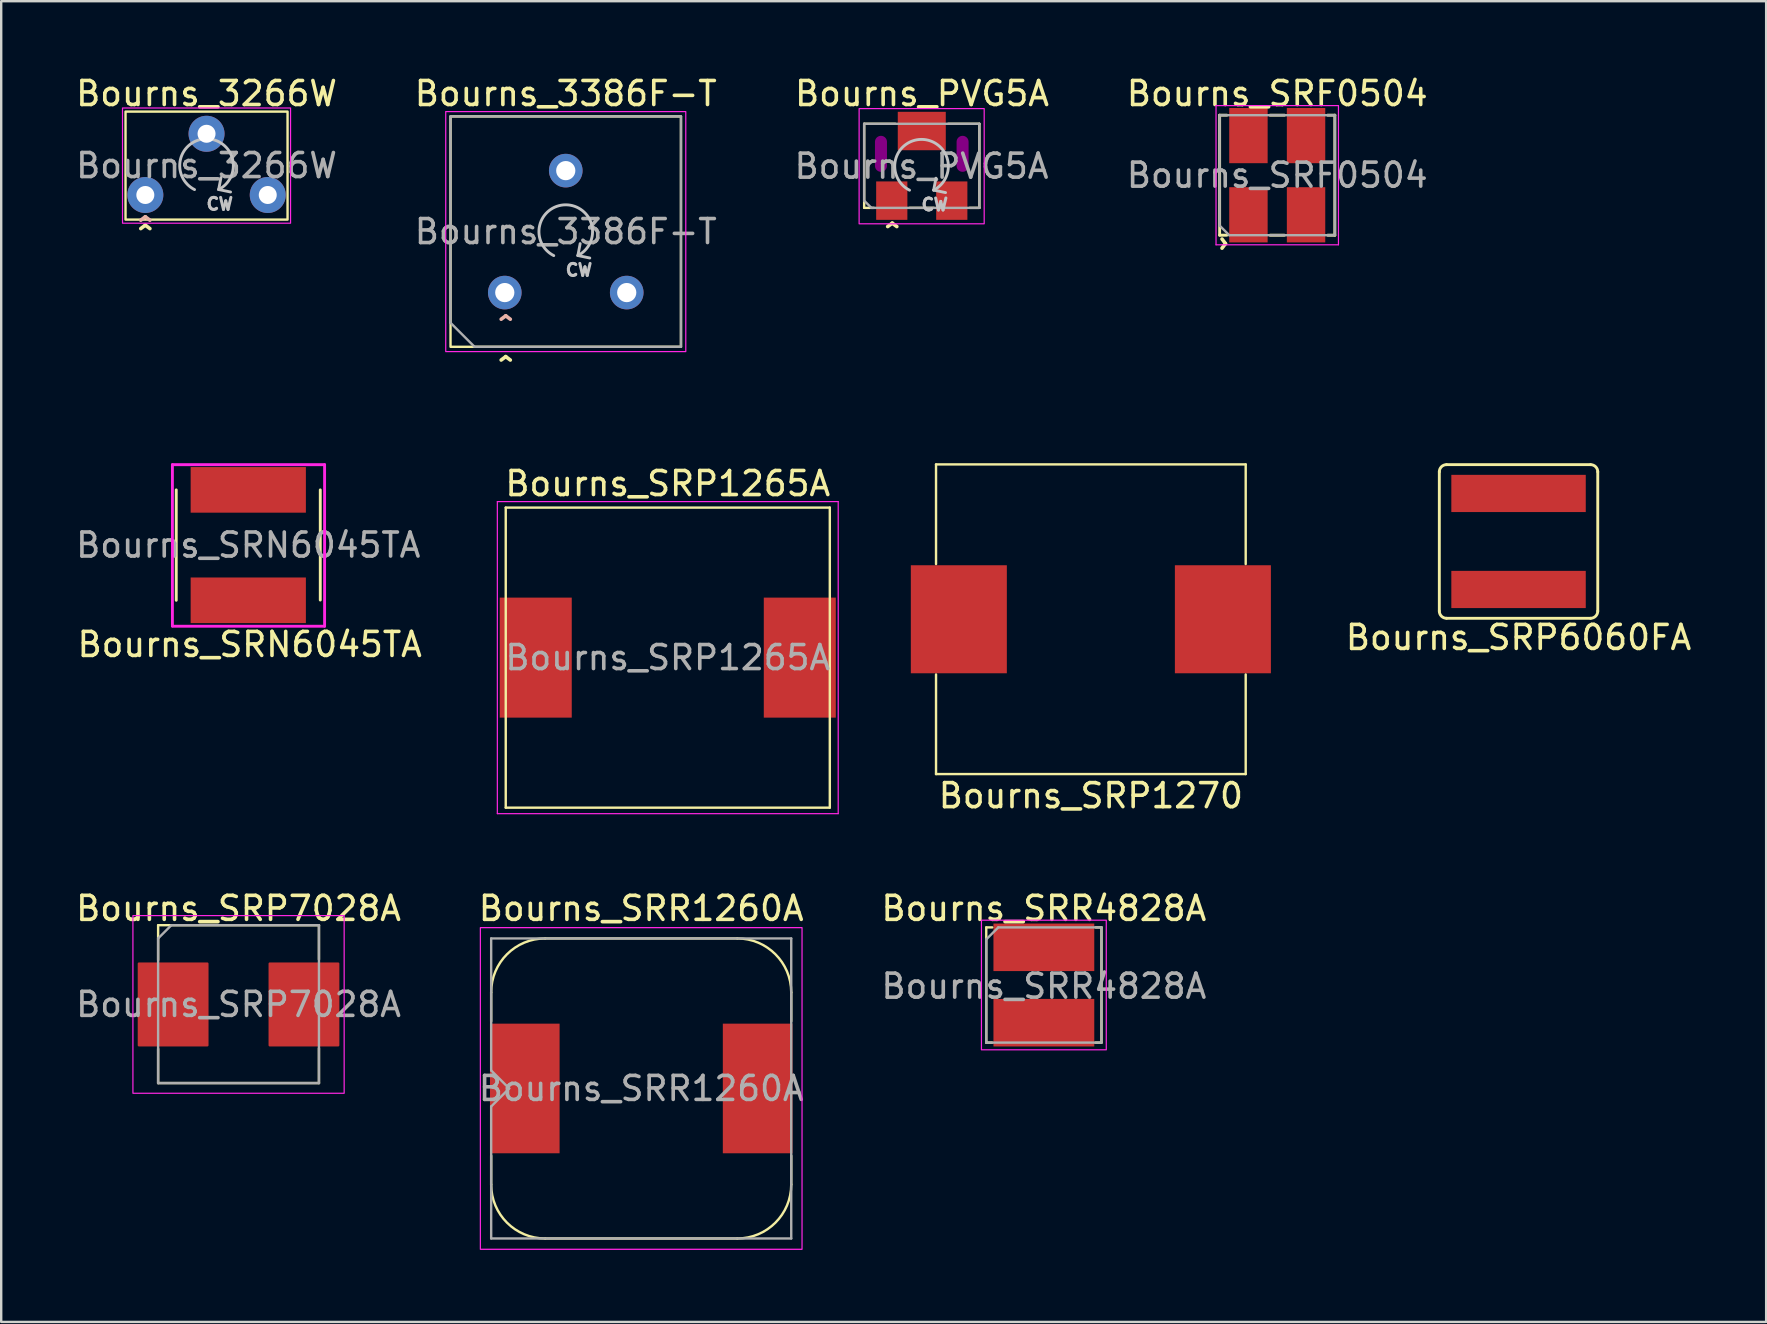
<source format=kicad_pcb>
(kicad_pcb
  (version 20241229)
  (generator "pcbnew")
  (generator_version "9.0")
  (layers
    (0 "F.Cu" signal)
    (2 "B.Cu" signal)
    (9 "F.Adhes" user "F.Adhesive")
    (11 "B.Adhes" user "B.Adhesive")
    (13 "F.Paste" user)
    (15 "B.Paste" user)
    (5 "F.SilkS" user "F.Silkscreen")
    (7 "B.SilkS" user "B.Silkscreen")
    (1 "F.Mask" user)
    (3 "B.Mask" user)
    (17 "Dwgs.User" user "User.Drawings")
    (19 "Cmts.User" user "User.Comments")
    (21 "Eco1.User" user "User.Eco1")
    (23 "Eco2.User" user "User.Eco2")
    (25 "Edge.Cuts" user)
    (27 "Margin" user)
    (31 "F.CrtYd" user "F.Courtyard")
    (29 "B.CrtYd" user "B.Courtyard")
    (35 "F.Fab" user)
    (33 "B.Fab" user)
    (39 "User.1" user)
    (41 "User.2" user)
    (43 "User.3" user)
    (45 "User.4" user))
  (footprint "Bourns_3266W"
    (layer "F.Cu")
    (at 5.554 3.848)
    (property "Reference" "Bourns_3266W" (at 0 -3 0) (unlocked yes) (layer "F.SilkS") (effects (font (size 1 1) (thickness 0.15))))
    (fp_rect (start -3.375 -2.25) (end 3.375 2.25) (stroke (width 0.1) (type solid)) (fill no) (layer "F.SilkS"))
    (fp_line (start 0.506 0.997) (end 0.6 0.5) (stroke (width 0.12) (type solid)) (layer "Dwgs.User"))
    (fp_line (start 0.506 0.997) (end 1 1.1) (stroke (width 0.12) (type solid)) (layer "Dwgs.User"))
    (fp_arc (start -0.5 0.999999) (mid -0.00312 -1.116015) (end 0.505591 0.997186) (stroke (width 0.12) (type solid)) (layer "Dwgs.User"))
    (fp_rect (start -3.5 -2.4) (end 3.5 2.4) (stroke (width 0.05) (type solid)) (fill no) (layer "F.CrtYd"))
    (fp_text user "^" (at -2.55 3.075 0) (unlocked yes) (layer "F.SilkS") (effects (font (size 1 1) (thickness 0.15))))
    (fp_text user "^" (at -2.55 2.725 0) (unlocked yes) (layer "B.SilkS") (effects (font (size 1 1) (thickness 0.15)) (justify mirror)))
    (fp_text user "CW" (at 0.55 1.6 0) (unlocked yes) (layer "Dwgs.User") (effects (font (size 0.5 0.5) (thickness 0.125))))
    (fp_text user "${REFERENCE}" (at 0 0 0) (unlocked yes) (layer "F.Fab") (effects (font (size 1 1) (thickness 0.15))))
    (pad "1" thru_hole circle (at -2.55 1.225) (size 1.5 1.5) (drill 0.75) (layers "*.Cu" "*.Mask"))
    (pad "2" thru_hole circle (at 0 -1.325) (size 1.5 1.5) (drill 0.75) (layers "*.Cu" "*.Mask"))
    (pad "3" thru_hole circle (at 2.55 1.225) (size 1.5 1.5) (drill 0.75) (layers "*.Cu" "*.Mask")))
  (footprint "Bourns_SRR1260A"
    (layer "F.Cu")
    (at 23.661 42.293)
    (property "Reference" "Bourns_SRR1260A" (at 0 -7.5 0) (unlocked yes) (layer "F.SilkS") (effects (font (size 1 1) (thickness 0.15))))
    (fp_line (start -6.25 -4) (end -6.25 -2.8) (stroke (width 0.1) (type solid)) (layer "F.SilkS"))
    (fp_line (start -6.25 4) (end -6.25 2.8) (stroke (width 0.1) (type solid)) (layer "F.SilkS"))
    (fp_line (start -4 6.25) (end 4 6.25) (stroke (width 0.1) (type solid)) (layer "F.SilkS"))
    (fp_line (start 4 -6.25) (end -4 -6.25) (stroke (width 0.1) (type solid)) (layer "F.SilkS"))
    (fp_line (start 6.25 -4) (end 6.25 -2.8) (stroke (width 0.1) (type solid)) (layer "F.SilkS"))
    (fp_line (start 6.25 4) (end 6.25 2.8) (stroke (width 0.1) (type solid)) (layer "F.SilkS"))
    (fp_arc (start -6.25 -4) (mid -5.59099 -5.59099) (end -4 -6.25) (stroke (width 0.1) (type solid)) (layer "F.SilkS"))
    (fp_arc (start -4 6.25) (mid -5.59099 5.59099) (end -6.25 4) (stroke (width 0.1) (type solid)) (layer "F.SilkS"))
    (fp_arc (start 4 -6.25) (mid 5.59099 -5.59099) (end 6.25 -4) (stroke (width 0.1) (type solid)) (layer "F.SilkS"))
    (fp_arc (start 6.25 4) (mid 5.59099 5.59099) (end 4 6.25) (stroke (width 0.1) (type solid)) (layer "F.SilkS"))
    (fp_rect (start -6.7 -6.7) (end 6.7 6.7) (stroke (width 0.05) (type solid)) (fill no) (layer "F.CrtYd"))
    (fp_line (start -6.25 -6.25) (end -6.25 -0.75) (stroke (width 0.1) (type solid)) (layer "F.Fab"))
    (fp_line (start -6.25 -6.25) (end 6.25 -6.25) (stroke (width 0.1) (type solid)) (layer "F.Fab"))
    (fp_line (start -6.25 -0.75) (end -5.5 0) (stroke (width 0.1) (type solid)) (layer "F.Fab"))
    (fp_line (start -6.25 6.25) (end -6.25 0.75) (stroke (width 0.1) (type solid)) (layer "F.Fab"))
    (fp_line (start -5.5 0) (end -6.25 0.75) (stroke (width 0.1) (type solid)) (layer "F.Fab"))
    (fp_line (start 6.25 -6.25) (end 6.25 6.25) (stroke (width 0.1) (type solid)) (layer "F.Fab"))
    (fp_line (start 6.25 6.25) (end -6.25 6.25) (stroke (width 0.1) (type solid)) (layer "F.Fab"))
    (fp_text user "${REFERENCE}" (at 0 0 0) (unlocked yes) (layer "F.Fab") (effects (font (size 1 1) (thickness 0.15))))
    (pad "1" smd rect (at -4.85 0) (size 2.9 5.4) (layers "F.Cu" "F.Mask" "F.Paste"))
    (pad "2" smd rect (at 4.85 0) (size 2.9 5.4) (layers "F.Cu" "F.Mask" "F.Paste")))
  (footprint "Bourns_SRF0504"
    (layer "F.Cu")
    (at 50.157 4.248)
    (property "Reference" "Bourns_SRF0504" (at 0 -3.4 0) (unlocked yes) (layer "F.SilkS") (effects (font (size 1 1) (thickness 0.15))))
    (attr smd)
    (fp_line (start -2.4 -2.5) (end -2.4 2.5) (stroke (width 0.12) (type solid)) (layer "F.SilkS"))
    (fp_line (start -2.4 -2.5) (end -2.1 -2.5) (stroke (width 0.12) (type solid)) (layer "F.SilkS"))
    (fp_line (start -2.4 2.5) (end -2.1 2.5) (stroke (width 0.12) (type solid)) (layer "F.SilkS"))
    (fp_line (start -0.3 2.5) (end 0.3 2.5) (stroke (width 0.12) (type solid)) (layer "F.SilkS"))
    (fp_line (start 0.3 -2.5) (end -0.3 -2.5) (stroke (width 0.12) (type solid)) (layer "F.SilkS"))
    (fp_line (start 2.4 -2.5) (end 2.1 -2.5) (stroke (width 0.12) (type solid)) (layer "F.SilkS"))
    (fp_line (start 2.4 2.5) (end 2.1 2.5) (stroke (width 0.12) (type solid)) (layer "F.SilkS"))
    (fp_line (start 2.4 2.5) (end 2.4 -2.5) (stroke (width 0.12) (type solid)) (layer "F.SilkS"))
    (fp_line (start -2.55 -2.9) (end 2.55 -2.9) (stroke (width 0.05) (type solid)) (layer "F.CrtYd"))
    (fp_line (start -2.55 2.9) (end -2.55 -2.9) (stroke (width 0.05) (type solid)) (layer "F.CrtYd"))
    (fp_line (start 2.55 -2.9) (end 2.55 2.9) (stroke (width 0.05) (type solid)) (layer "F.CrtYd"))
    (fp_line (start 2.55 2.9) (end -2.55 2.9) (stroke (width 0.05) (type solid)) (layer "F.CrtYd"))
    (fp_line (start -2.4 -2.5) (end 2.4 -2.5) (stroke (width 0.1) (type solid)) (layer "F.Fab"))
    (fp_line (start -2.4 2.1) (end -2.4 -2.5) (stroke (width 0.1) (type solid)) (layer "F.Fab"))
    (fp_line (start -2 2.5) (end -2.4 2.1) (stroke (width 0.1) (type solid)) (layer "F.Fab"))
    (fp_line (start 2.4 -2.5) (end 2.4 2.5) (stroke (width 0.1) (type solid)) (layer "F.Fab"))
    (fp_line (start 2.4 2.5) (end -2 2.5) (stroke (width 0.1) (type solid)) (layer "F.Fab"))
    (fp_text user "^" (at -2.75 2.85 270) (unlocked yes) (layer "F.SilkS") (effects (font (size 1 1) (thickness 0.15))))
    (fp_text user "${REFERENCE}" (at 0 0 0) (unlocked yes) (layer "F.Fab") (effects (font (size 1 1) (thickness 0.15))))
    (pad "1" smd rect (at -1.2 1.65) (size 1.6 2.3) (layers "F.Cu" "F.Mask" "F.Paste"))
    (pad "2" smd rect (at 1.2 1.65) (size 1.6 2.3) (layers "F.Cu" "F.Mask" "F.Paste"))
    (pad "3" smd rect (at 1.2 -1.65) (size 1.6 2.3) (layers "F.Cu" "F.Mask" "F.Paste"))
    (pad "4" smd rect (at -1.2 -1.65) (size 1.6 2.3) (layers "F.Cu" "F.Mask" "F.Paste")))
  (footprint "Bourns_SRP6060FA"
    (layer "F.Cu")
    (at 60.209 19.506)
    (property "Reference" "Bourns_SRP6060FA" (at 0 4 0) (unlocked yes) (layer "F.SilkS") (effects (font (size 1 1) (thickness 0.15))))
    (attr smd)
    (fp_line (start -3.3 -2.9) (end -3.3 2.9) (stroke (width 0.12) (type solid)) (layer "F.SilkS"))
    (fp_line (start -3 3.2) (end 3 3.2) (stroke (width 0.12) (type solid)) (layer "F.SilkS"))
    (fp_line (start 3 -3.2) (end -3 -3.2) (stroke (width 0.12) (type solid)) (layer "F.SilkS"))
    (fp_line (start 3.3 2.9) (end 3.3 -2.9) (stroke (width 0.12) (type solid)) (layer "F.SilkS"))
    (fp_arc (start -3.3 -2.9) (mid -3.212132 -3.112132) (end -3 -3.2) (stroke (width 0.12) (type solid)) (layer "F.SilkS"))
    (fp_arc (start -3 3.2) (mid -3.212132 3.112132) (end -3.3 2.9) (stroke (width 0.12) (type solid)) (layer "F.SilkS"))
    (fp_arc (start 3 -3.2) (mid 3.212132 -3.112132) (end 3.3 -2.9) (stroke (width 0.12) (type solid)) (layer "F.SilkS"))
    (fp_arc (start 3.3 2.9) (mid 3.212132 3.112132) (end 3 3.2) (stroke (width 0.12) (type solid)) (layer "F.SilkS"))
    (pad "1" smd rect (at 0 2) (size 5.6 1.55) (layers "F.Cu" "F.Mask" "F.Paste"))
    (pad "2" smd rect (at 0 -2) (size 5.6 1.55) (layers "F.Cu" "F.Mask" "F.Paste")))
  (footprint "Bourns_SRP1265A"
    (layer "F.Cu")
    (at 24.768 24.345)
    (property "Reference" "Bourns_SRP1265A" (at 0 -7.25 0) (layer "F.SilkS") (effects (font (size 1 1) (thickness 0.15))))
    (attr smd)
    (fp_line (start -6.75 -6.25) (end 6.75 -6.25) (stroke (width 0.1) (type solid)) (layer "F.SilkS"))
    (fp_line (start -6.75 6.25) (end -6.75 -6.25) (stroke (width 0.1) (type solid)) (layer "F.SilkS"))
    (fp_line (start 6.75 -6.25) (end 6.75 6.25) (stroke (width 0.1) (type solid)) (layer "F.SilkS"))
    (fp_line (start 6.75 6.25) (end -6.75 6.25) (stroke (width 0.1) (type solid)) (layer "F.SilkS"))
    (fp_line (start -7.1 -6.5) (end -7.1 6.5) (stroke (width 0.05) (type solid)) (layer "F.CrtYd"))
    (fp_line (start 7.1 -6.5) (end -7.1 -6.5) (stroke (width 0.05) (type solid)) (layer "F.CrtYd"))
    (fp_line (start 7.1 -6.5) (end 7.1 6.5) (stroke (width 0.05) (type solid)) (layer "F.CrtYd"))
    (fp_line (start 7.1 6.5) (end -7.1 6.5) (stroke (width 0.05) (type solid)) (layer "F.CrtYd"))
    (fp_text user "${REFERENCE}" (at 0 0 0) (unlocked yes) (layer "F.Fab") (effects (font (size 1 1) (thickness 0.15))))
    (pad "1" smd rect (at -5.5 0) (size 3 5) (layers "F.Cu" "F.Mask" "F.Paste"))
    (pad "2" smd rect (at 5.5 0) (size 3 5) (layers "F.Cu" "F.Mask" "F.Paste")))
  (footprint "Bourns_SRP1270"
    (layer "F.Cu")
    (at 42.393 22.747)
    (property "Reference" "Bourns_SRP1270" (at 0 7.35 0) (layer "F.SilkS") (effects (font (size 1 1) (thickness 0.15))))
    (attr smd)
    (fp_line (start -6.45 -6.45) (end -6.45 -2.3) (stroke (width 0.1) (type solid)) (layer "F.SilkS"))
    (fp_line (start -6.45 -6.45) (end 6.45 -6.45) (stroke (width 0.1) (type solid)) (layer "F.SilkS"))
    (fp_line (start -6.45 6.45) (end -6.45 2.3) (stroke (width 0.1) (type solid)) (layer "F.SilkS"))
    (fp_line (start 6.45 -6.45) (end 6.45 -2.3) (stroke (width 0.1) (type solid)) (layer "F.SilkS"))
    (fp_line (start 6.45 6.45) (end -6.45 6.45) (stroke (width 0.1) (type solid)) (layer "F.SilkS"))
    (fp_line (start 6.45 6.45) (end 6.45 2.3) (stroke (width 0.1) (type solid)) (layer "F.SilkS"))
    (pad "1" smd rect (at -5.5 0) (size 4 4.5) (layers "F.Cu" "F.Mask" "F.Paste"))
    (pad "2" smd rect (at 5.5 0) (size 4 4.5) (layers "F.Cu" "F.Mask" "F.Paste")))
  (footprint "Bourns_3386F-T"
    (layer "F.Cu")
    (at 20.518 6.598)
    (property "Reference" "Bourns_3386F-T" (at 0 -5.75 0) (unlocked yes) (layer "F.SilkS") (effects (font (size 1 1) (thickness 0.15))))
    (attr through_hole)
    (fp_rect (start -4.8 -4.8) (end 4.8 4.8) (stroke (width 0.1) (type solid)) (fill no) (layer "F.SilkS"))
    (fp_line (start 0.506 0.997) (end 0.6 0.5) (stroke (width 0.12) (type solid)) (layer "Dwgs.User"))
    (fp_line (start 0.506 0.997) (end 1 1.1) (stroke (width 0.12) (type solid)) (layer "Dwgs.User"))
    (fp_arc (start -0.5 0.999999) (mid -0.00312 -1.116015) (end 0.505591 0.997186) (stroke (width 0.12) (type solid)) (layer "Dwgs.User"))
    (fp_rect (start -5 -5) (end 5 5) (stroke (width 0.05) (type solid)) (fill no) (layer "F.CrtYd"))
    (fp_line (start -4.8 -4.8) (end -4.8 3.8) (stroke (width 0.1) (type solid)) (layer "F.Fab"))
    (fp_line (start -3.8 4.8) (end -4.8 3.8) (stroke (width 0.1) (type solid)) (layer "F.Fab"))
    (fp_line (start -3.8 4.8) (end 4.8 4.8) (stroke (width 0.1) (type solid)) (layer "F.Fab"))
    (fp_line (start 4.8 -4.8) (end -4.8 -4.8) (stroke (width 0.1) (type solid)) (layer "F.Fab"))
    (fp_line (start 4.8 4.8) (end 4.8 -4.8) (stroke (width 0.1) (type solid)) (layer "F.Fab"))
    (fp_text user "^" (at -2.5 5.8 0) (unlocked yes) (layer "F.SilkS") (effects (font (size 1 1) (thickness 0.15))))
    (fp_text user "^" (at -2.5 4.1 0) (unlocked yes) (layer "B.SilkS") (effects (font (size 1 1) (thickness 0.15)) (justify mirror)))
    (fp_text user "CW" (at 0.55 1.6 0) (unlocked yes) (layer "Dwgs.User") (effects (font (size 0.5 0.5) (thickness 0.125))))
    (fp_text user "${REFERENCE}" (at 0 0 0) (unlocked yes) (layer "F.Fab") (effects (font (size 1 1) (thickness 0.15))))
    (pad "1" thru_hole circle (at -2.54 2.54) (size 1.4 1.4) (drill 0.8) (layers "*.Cu" "*.Mask"))
    (pad "2" thru_hole circle (at 0 -2.54) (size 1.4 1.4) (drill 0.8) (layers "*.Cu" "*.Mask"))
    (pad "3" thru_hole circle (at 2.54 2.54) (size 1.4 1.4) (drill 0.8) (layers "*.Cu" "*.Mask")))
  (footprint "Bourns_PVG5A"
    (layer "F.Cu")
    (at 35.349 3.858)
    (property "Reference" "Bourns_PVG5A" (at 0.01 -3.01 0) (unlocked yes) (layer "F.SilkS") (effects (font (size 1 1) (thickness 0.15))))
    (fp_line (start -2.4 -1.75) (end -1.1 -1.75) (stroke (width 0.1) (type solid)) (layer "F.SilkS"))
    (fp_line (start -2.4 1.75) (end -2.4 -1.75) (stroke (width 0.1) (type solid)) (layer "F.SilkS"))
    (fp_line (start -2 1.75) (end -2.4 1.75) (stroke (width 0.1) (type solid)) (layer "F.SilkS"))
    (fp_line (start 0.5 1.75) (end -0.5 1.75) (stroke (width 0.1) (type solid)) (layer "F.SilkS"))
    (fp_line (start 2.4 -1.75) (end 1.1 -1.75) (stroke (width 0.1) (type solid)) (layer "F.SilkS"))
    (fp_line (start 2.4 -1.75) (end 2.4 1.75) (stroke (width 0.1) (type solid)) (layer "F.SilkS"))
    (fp_line (start 2.4 1.75) (end 2 1.75) (stroke (width 0.1) (type solid)) (layer "F.SilkS"))
    (fp_line (start -1.7 -1) (end -1.7 0) (stroke (width 0.5) (type solid)) (layer "F.Adhes"))
    (fp_line (start 1.7 -1) (end 1.7 0) (stroke (width 0.5) (type solid)) (layer "F.Adhes"))
    (fp_line (start 0.496 1.012) (end 0.59 0.515) (stroke (width 0.12) (type solid)) (layer "Dwgs.User"))
    (fp_line (start 0.496 1.012) (end 0.99 1.115) (stroke (width 0.12) (type solid)) (layer "Dwgs.User"))
    (fp_arc (start -0.51 1.014999) (mid -0.01312 -1.101015) (end 0.495591 1.012186) (stroke (width 0.12) (type solid)) (layer "Dwgs.User"))
    (fp_rect (start -2.61 -2.385) (end 2.6 2.415) (stroke (width 0.05) (type solid)) (fill no) (layer "F.CrtYd"))
    (fp_line (start -2.4 -1.75) (end -2.4 1.45) (stroke (width 0.1) (type solid)) (layer "F.Fab"))
    (fp_line (start -2.1 1.75) (end -2.4 1.45) (stroke (width 0.1) (type solid)) (layer "F.Fab"))
    (fp_line (start 2.4 -1.75) (end -2.4 -1.75) (stroke (width 0.1) (type solid)) (layer "F.Fab"))
    (fp_line (start 2.4 -1.75) (end 2.4 1.75) (stroke (width 0.1) (type solid)) (layer "F.Fab"))
    (fp_line (start 2.4 1.75) (end -2.1 1.75) (stroke (width 0.1) (type solid)) (layer "F.Fab"))
    (fp_text user "^" (at -1.23 2.98 0) (unlocked yes) (layer "F.SilkS") (effects (font (size 1 1) (thickness 0.15))))
    (fp_text user "CW" (at 0.54 1.615 0) (unlocked yes) (layer "Dwgs.User") (effects (font (size 0.5 0.5) (thickness 0.125))))
    (fp_text user "${REFERENCE}" (at -0.01 0.015 0) (unlocked yes) (layer "F.Fab") (effects (font (size 1 1) (thickness 0.15))))
    (pad "1" smd rect (at -1.25 1.45) (size 1.3 1.6) (layers "F.Cu" "F.Mask" "F.Paste"))
    (pad "2" smd rect (at 0 -1.45) (size 2 1.6) (layers "F.Cu" "F.Mask" "F.Paste"))
    (pad "3" smd rect (at 1.25 1.45) (size 1.3 1.6) (layers "F.Cu" "F.Mask" "F.Paste")))
  (footprint "Bourns_SRN6045TA"
    (layer "F.Cu")
    (at 7.292 19.657)
    (property "Reference" "Bourns_SRN6045TA" (at 0.06 4.14 0) (unlocked yes) (layer "F.SilkS") (effects (font (size 1 1) (thickness 0.15))))
    (attr smd)
    (fp_line (start -3 -2.3) (end -3 2.3) (stroke (width 0.12) (type solid)) (layer "F.SilkS"))
    (fp_line (start 3 -2.3) (end 3 2.29) (stroke (width 0.12) (type solid)) (layer "F.SilkS"))
    (fp_line (start -3.16 -3.35) (end 3.18 -3.35) (stroke (width 0.12) (type solid)) (layer "F.CrtYd"))
    (fp_line (start -3.16 3.37) (end -3.16 -3.35) (stroke (width 0.12) (type solid)) (layer "F.CrtYd"))
    (fp_line (start 3.18 -3.35) (end 3.18 3.38) (stroke (width 0.12) (type solid)) (layer "F.CrtYd"))
    (fp_line (start 3.18 3.38) (end -3.16 3.38) (stroke (width 0.12) (type solid)) (layer "F.CrtYd"))
    (fp_text user "${REFERENCE}" (at 0 0 0) (unlocked yes) (layer "F.Fab") (effects (font (size 1 1) (thickness 0.15))))
    (pad "1" smd rect (at 0 -2.3) (size 4.8 1.9) (layers "F.Cu" "F.Mask" "F.Paste"))
    (pad "2" smd rect (at 0 2.3) (size 4.8 1.9) (layers "F.Cu" "F.Mask" "F.Paste")))
  (footprint "Bourns_SRP7028A"
    (layer "F.Cu")
    (at 6.887 38.793)
    (property "Reference" "Bourns_SRP7028A" (at 0 -4 0) (unlocked yes) (layer "F.SilkS") (effects (font (size 1 1) (thickness 0.15))))
    (attr smd)
    (fp_line (start -3.35 -3.3) (end -3.35 -1.85) (stroke (width 0.1) (type solid)) (layer "F.SilkS"))
    (fp_line (start -3.35 -3.3) (end 3.35 -3.3) (stroke (width 0.1) (type solid)) (layer "F.SilkS"))
    (fp_line (start -3.35 3.275) (end -3.35 1.85) (stroke (width 0.1) (type solid)) (layer "F.SilkS"))
    (fp_line (start 3.35 -3.3) (end 3.35 -1.875) (stroke (width 0.1) (type solid)) (layer "F.SilkS"))
    (fp_line (start 3.35 3.275) (end -3.35 3.275) (stroke (width 0.1) (type solid)) (layer "F.SilkS"))
    (fp_line (start 3.35 3.275) (end 3.35 1.825) (stroke (width 0.1) (type solid)) (layer "F.SilkS"))
    (fp_rect (start -4.4 -3.7) (end 4.4 3.7) (stroke (width 0.05) (type solid)) (fill no) (layer "F.CrtYd"))
    (fp_line (start -3.35 -2.75) (end -2.8 -3.3) (stroke (width 0.1) (type solid)) (layer "F.Fab"))
    (fp_line (start -3.35 3.275) (end -3.35 -2.75) (stroke (width 0.1) (type solid)) (layer "F.Fab"))
    (fp_line (start -2.8 -3.3) (end 3.35 -3.3) (stroke (width 0.1) (type solid)) (layer "F.Fab"))
    (fp_line (start 3.35 -3.3) (end 3.35 3.275) (stroke (width 0.1) (type solid)) (layer "F.Fab"))
    (fp_line (start 3.35 3.275) (end -3.35 3.275) (stroke (width 0.1) (type solid)) (layer "F.Fab"))
    (fp_text user "${REFERENCE}" (at 0 0 0) (unlocked yes) (layer "F.Fab") (effects (font (size 1 1) (thickness 0.15))))
    (pad "" smd roundrect (at -2.7 -1) (size 2.8 1.5) (layers "F.Paste") (roundrect_rratio 0.028))
    (pad "" smd roundrect (at -2.7 1) (size 2.8 1.5) (layers "F.Paste") (roundrect_rratio 0.028))
    (pad "" smd roundrect (at 2.7 -1) (size 2.8 1.5) (layers "F.Paste") (roundrect_rratio 0.028))
    (pad "" smd roundrect (at 2.7 1) (size 2.8 1.5) (layers "F.Paste") (roundrect_rratio 0.028))
    (pad "1" smd roundrect (at -2.725 0) (size 2.95 3.5) (layers "F.Cu" "F.Mask") (roundrect_rratio 0.017))
    (pad "2" smd roundrect (at 2.725 0) (size 2.95 3.5) (layers "F.Cu" "F.Mask") (roundrect_rratio 0.017)))
  (footprint "Bourns_SRR4828A"
    (layer "F.Cu")
    (at 40.435 37.983)
    (property "Reference" "Bourns_SRR4828A" (at 0 -3.19 0) (unlocked yes) (layer "F.SilkS") (effects (font (size 1 1) (thickness 0.15))))
    (attr through_hole)
    (fp_line (start -2.4 -2.4) (end -2.4 2.4) (stroke (width 0.1) (type solid)) (layer "F.SilkS"))
    (fp_line (start -2.4 -2.4) (end -2.15 -2.4) (stroke (width 0.1) (type solid)) (layer "F.SilkS"))
    (fp_line (start -2.4 2.4) (end -2.16 2.4) (stroke (width 0.1) (type solid)) (layer "F.SilkS"))
    (fp_line (start 2.4 -2.4) (end 2.16 -2.4) (stroke (width 0.1) (type solid)) (layer "F.SilkS"))
    (fp_line (start 2.4 2.4) (end 2.15 2.4) (stroke (width 0.1) (type solid)) (layer "F.SilkS"))
    (fp_line (start 2.4 2.4) (end 2.4 -2.4) (stroke (width 0.1) (type solid)) (layer "F.SilkS"))
    (fp_rect (start 2.6 -2.7) (end -2.6 2.7) (stroke (width 0.05) (type solid)) (fill no) (layer "F.CrtYd"))
    (fp_line (start -2.4 -1.9) (end -1.9 -2.4) (stroke (width 0.1) (type solid)) (layer "F.Fab"))
    (fp_line (start -2.4 2.4) (end -2.4 -1.9) (stroke (width 0.1) (type solid)) (layer "F.Fab"))
    (fp_line (start -1.9 -2.4) (end 2.4 -2.4) (stroke (width 0.1) (type solid)) (layer "F.Fab"))
    (fp_line (start 2.4 -2.4) (end 2.4 2.4) (stroke (width 0.1) (type solid)) (layer "F.Fab"))
    (fp_line (start 2.4 2.4) (end -2.4 2.4) (stroke (width 0.1) (type solid)) (layer "F.Fab"))
    (fp_text user "${REFERENCE}" (at 0 0.05 0) (unlocked yes) (layer "F.Fab") (effects (font (size 1 1) (thickness 0.15))))
    (pad "1" smd rect (at 0 -1.57) (size 4.2 1.98) (layers "F.Cu" "F.Mask" "F.Paste"))
    (pad "2" smd rect (at 0 1.57) (size 4.2 1.98) (layers "F.Cu" "F.Mask" "F.Paste")))
  (gr_rect
    (start -3 -3)
    (end 70.524 52.018)
    (stroke (width 0.1) (type default))
    (fill no)
    (layer "Edge.Cuts")))
</source>
